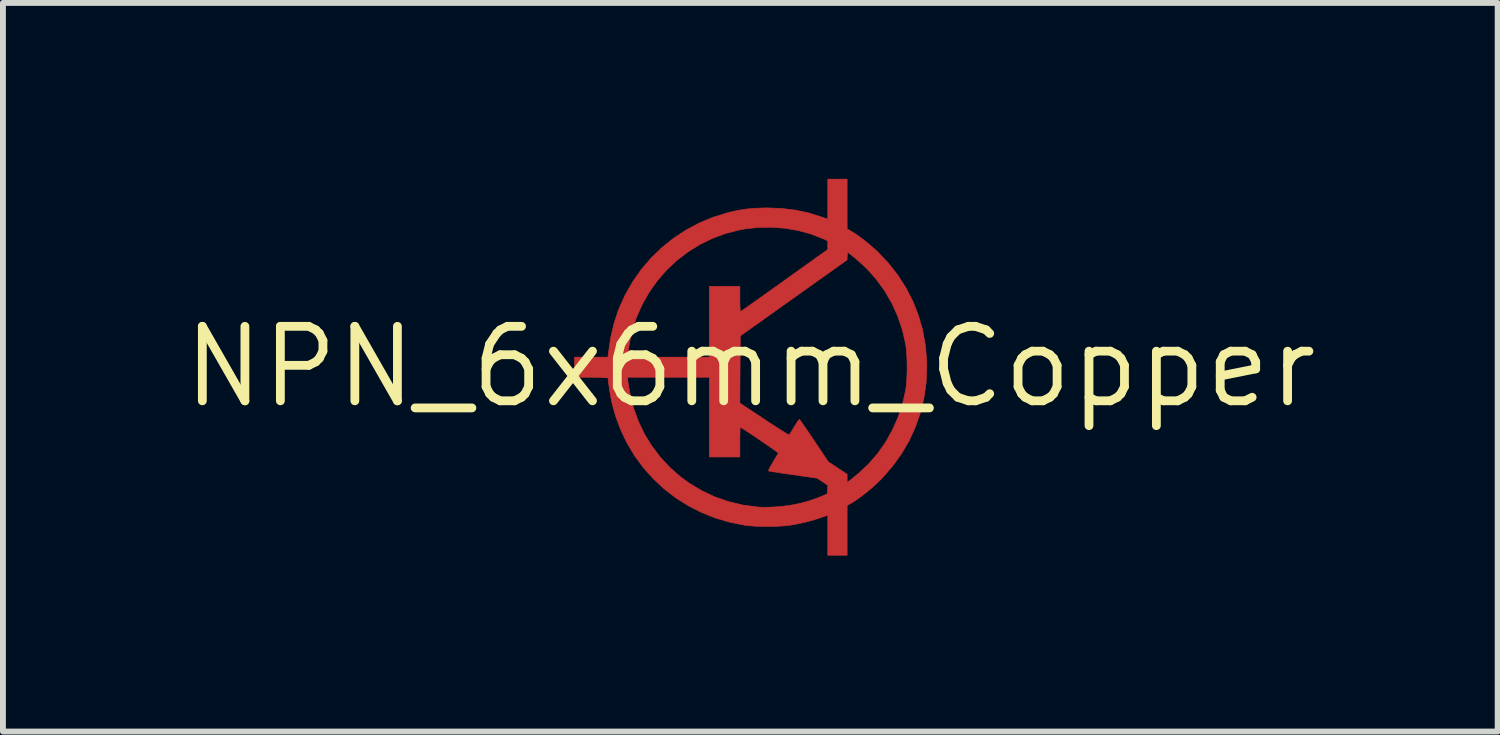
<source format=kicad_pcb>
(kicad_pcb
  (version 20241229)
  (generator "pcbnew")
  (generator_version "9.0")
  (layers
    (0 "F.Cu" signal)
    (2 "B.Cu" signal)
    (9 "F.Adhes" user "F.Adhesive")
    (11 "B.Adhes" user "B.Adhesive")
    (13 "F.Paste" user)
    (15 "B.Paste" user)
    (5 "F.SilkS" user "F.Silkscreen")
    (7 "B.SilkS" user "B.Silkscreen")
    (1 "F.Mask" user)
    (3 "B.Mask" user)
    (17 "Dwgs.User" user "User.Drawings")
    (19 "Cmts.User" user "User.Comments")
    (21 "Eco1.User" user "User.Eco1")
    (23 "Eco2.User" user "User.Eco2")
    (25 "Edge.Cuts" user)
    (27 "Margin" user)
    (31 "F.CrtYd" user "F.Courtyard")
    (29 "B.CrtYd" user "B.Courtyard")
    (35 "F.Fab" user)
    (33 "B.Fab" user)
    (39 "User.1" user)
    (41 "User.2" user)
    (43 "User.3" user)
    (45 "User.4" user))
  (footprint "NPN_6x6mm_Copper"
    (layer "F.Cu")
    (at 9.744 3.205)
    (property "Reference" "NPN_6x6mm_Copper" (at 0 0 0) (layer "F.SilkS") (effects (font (size 1.27 1.27) (thickness 0.15))))
    (attr through_hole)
    (fp_poly (pts (xy 1.651 -2.352) (xy 1.718 -2.314) (xy 1.784 -2.273) (xy 1.861 -2.219) (xy 1.946 -2.155) (xy 2.031 -2.086) (xy 2.111 -2.017) (xy 2.169 -1.964) (xy 2.353 -1.77) (xy 2.516 -1.563) (xy 2.655 -1.345) (xy 2.773 -1.116) (xy 2.867 -0.877) (xy 2.938 -0.629) (xy 2.985 -0.373) (xy 3.008 -0.11) (xy 3.01 0.006) (xy 2.998 0.272) (xy 2.961 0.531) (xy 2.9 0.783) (xy 2.816 1.026) (xy 2.709 1.259) (xy 2.579 1.482) (xy 2.426 1.694) (xy 2.252 1.894) (xy 2.169 1.976) (xy 2.097 2.043) (xy 2.016 2.112) (xy 1.93 2.18) (xy 1.847 2.242) (xy 1.77 2.295) (xy 1.718 2.327) (xy 1.651 2.365) (xy 1.651 3.213) (xy 1.321 3.213) (xy 1.321 2.529) (xy 1.216 2.567) (xy 1.094 2.607) (xy 0.958 2.644) (xy 0.816 2.676) (xy 0.686 2.7) (xy 0.582 2.712) (xy 0.462 2.719) (xy 0.331 2.723) (xy 0.199 2.722) (xy 0.071 2.717) (xy -0.043 2.707) (xy -0.093 2.701) (xy -0.35 2.65) (xy -0.598 2.577) (xy -0.836 2.482) (xy -1.061 2.367) (xy -1.274 2.232) (xy -1.473 2.078) (xy -1.656 1.907) (xy -1.823 1.72) (xy -1.972 1.517) (xy -2.102 1.3) (xy -2.212 1.07) (xy -2.301 0.828) (xy -2.355 0.634) (xy -2.366 0.581) (xy -2.379 0.516) (xy -2.391 0.444) (xy -2.403 0.37) (xy -2.413 0.302) (xy -2.421 0.243) (xy -2.425 0.202) (xy -2.426 0.19) (xy -2.438 0.186) (xy -2.473 0.183) (xy -2.529 0.18) (xy -2.603 0.179) (xy -2.693 0.178) (xy -2.711 0.178) (xy -2.094 0.178) (xy -2.087 0.244) (xy -2.082 0.283) (xy -2.073 0.34) (xy -2.061 0.405) (xy -2.049 0.47) (xy -1.99 0.704) (xy -1.908 0.931) (xy -1.804 1.147) (xy -1.678 1.352) (xy -1.533 1.543) (xy -1.369 1.719) (xy -1.187 1.878) (xy -1.043 1.983) (xy -0.829 2.112) (xy -0.606 2.217) (xy -0.374 2.298) (xy -0.132 2.356) (xy 0.119 2.39) (xy 0.146 2.392) (xy 0.216 2.395) (xy 0.303 2.394) (xy 0.4 2.39) (xy 0.5 2.383) (xy 0.595 2.373) (xy 0.678 2.362) (xy 0.686 2.361) (xy 0.839 2.33) (xy 0.993 2.289) (xy 1.136 2.24) (xy 1.206 2.212) (xy 1.314 2.165) (xy 1.322 2.02) (xy 1.14 1.899) (xy 0.728 1.84) (xy 0.629 1.826) (xy 0.538 1.813) (xy 0.458 1.8) (xy 0.392 1.79) (xy 0.344 1.782) (xy 0.316 1.776) (xy 0.31 1.774) (xy 0.313 1.761) (xy 0.327 1.731) (xy 0.351 1.687) (xy 0.381 1.635) (xy 0.388 1.623) (xy 0.42 1.569) (xy 0.448 1.523) (xy 0.468 1.489) (xy 0.478 1.472) (xy 0.479 1.47) (xy 0.47 1.462) (xy 0.442 1.442) (xy 0.4 1.411) (xy 0.346 1.373) (xy 0.283 1.33) (xy 0.215 1.283) (xy 0.143 1.234) (xy 0.072 1.186) (xy 0.005 1.141) (xy -0.056 1.101) (xy -0.107 1.068) (xy -0.145 1.043) (xy -0.167 1.03) (xy -0.171 1.029) (xy -0.173 1.041) (xy -0.175 1.074) (xy -0.176 1.126) (xy -0.177 1.191) (xy -0.178 1.267) (xy -0.178 1.283) (xy -0.178 1.537) (xy -0.699 1.537) (xy -0.699 0.619) (xy -0.178 0.619) (xy 0.237 0.893) (xy 0.329 0.954) (xy 0.414 1.009) (xy 0.49 1.058) (xy 0.555 1.099) (xy 0.607 1.131) (xy 0.642 1.153) (xy 0.66 1.162) (xy 0.661 1.162) (xy 0.671 1.149) (xy 0.69 1.119) (xy 0.717 1.076) (xy 0.748 1.024) (xy 0.749 1.023) (xy 0.78 0.972) (xy 0.807 0.931) (xy 0.828 0.905) (xy 0.839 0.896) (xy 0.839 0.896) (xy 0.848 0.908) (xy 0.87 0.938) (xy 0.902 0.985) (xy 0.944 1.045) (xy 0.992 1.116) (xy 1.047 1.196) (xy 1.09 1.261) (xy 1.331 1.62) (xy 1.491 1.726) (xy 1.651 1.832) (xy 1.651 1.972) (xy 1.699 1.936) (xy 1.729 1.913) (xy 1.772 1.878) (xy 1.82 1.838) (xy 1.852 1.812) (xy 2.02 1.654) (xy 2.172 1.478) (xy 2.307 1.286) (xy 2.423 1.078) (xy 2.52 0.859) (xy 2.597 0.629) (xy 2.649 0.4) (xy 2.661 0.319) (xy 2.668 0.219) (xy 2.673 0.107) (xy 2.674 -0.011) (xy 2.672 -0.128) (xy 2.666 -0.237) (xy 2.658 -0.332) (xy 2.649 -0.387) (xy 2.593 -0.631) (xy 2.513 -0.865) (xy 2.412 -1.088) (xy 2.29 -1.298) (xy 2.147 -1.494) (xy 1.986 -1.675) (xy 1.806 -1.839) (xy 1.765 -1.872) (xy 1.657 -1.957) (xy 1.653 -1.889) (xy 1.649 -1.822) (xy -0.171 -0.527) (xy -0.175 0.046) (xy -0.178 0.619) (xy -0.699 0.619) (xy -0.699 0.178) (xy -2.094 0.178) (xy -2.711 0.178) (xy -2.997 0.178) (xy -2.997 -0.165) (xy -2.428 -0.165) (xy -2.096 -0.165) (xy -0.699 -0.165) (xy -0.699 -1.372) (xy -0.178 -1.372) (xy -0.178 -1.155) (xy -0.177 -1.076) (xy -0.175 -1.013) (xy -0.172 -0.968) (xy -0.168 -0.945) (xy -0.166 -0.942) (xy -0.154 -0.95) (xy -0.123 -0.971) (xy -0.074 -1.005) (xy -0.01 -1.05) (xy 0.068 -1.106) (xy 0.158 -1.17) (xy 0.259 -1.242) (xy 0.368 -1.32) (xy 0.486 -1.403) (xy 0.583 -1.473) (xy 1.32 -2) (xy 1.321 -2.074) (xy 1.321 -2.148) (xy 1.236 -2.186) (xy 1.034 -2.265) (xy 0.818 -2.324) (xy 0.595 -2.362) (xy 0.366 -2.38) (xy 0.137 -2.377) (xy -0.089 -2.352) (xy -0.184 -2.335) (xy -0.421 -2.274) (xy -0.647 -2.19) (xy -0.863 -2.084) (xy -1.066 -1.958) (xy -1.255 -1.813) (xy -1.428 -1.649) (xy -1.585 -1.469) (xy -1.724 -1.273) (xy -1.843 -1.063) (xy -1.942 -0.84) (xy -1.947 -0.826) (xy -1.987 -0.707) (xy -2.021 -0.587) (xy -2.05 -0.458) (xy -2.075 -0.314) (xy -2.089 -0.219) (xy -2.096 -0.165) (xy -2.428 -0.165) (xy -2.419 -0.238) (xy -2.381 -0.494) (xy -2.325 -0.734) (xy -2.252 -0.958) (xy -2.241 -0.987) (xy -2.134 -1.224) (xy -2.007 -1.448) (xy -1.86 -1.658) (xy -1.694 -1.852) (xy -1.511 -2.03) (xy -1.312 -2.19) (xy -1.099 -2.33) (xy -0.873 -2.451) (xy -0.634 -2.551) (xy -0.385 -2.628) (xy -0.362 -2.634) (xy -0.215 -2.667) (xy -0.073 -2.69) (xy 0.073 -2.703) (xy 0.232 -2.709) (xy 0.292 -2.71) (xy 0.54 -2.7) (xy 0.775 -2.671) (xy 1.002 -2.622) (xy 1.203 -2.559) (xy 1.321 -2.517) (xy 1.321 -3.2) (xy 1.651 -3.2) (xy 1.651 -2.352)) (stroke (width 0.01) (type solid)) (fill yes) (layer "F.Cu"))
    (fp_poly (pts (xy 1.651 -2.352) (xy 1.718 -2.314) (xy 1.784 -2.273) (xy 1.861 -2.219) (xy 1.946 -2.155) (xy 2.031 -2.086) (xy 2.111 -2.017) (xy 2.169 -1.964) (xy 2.353 -1.77) (xy 2.516 -1.563) (xy 2.655 -1.345) (xy 2.773 -1.116) (xy 2.867 -0.877) (xy 2.938 -0.629) (xy 2.985 -0.373) (xy 3.008 -0.11) (xy 3.01 0.006) (xy 2.998 0.272) (xy 2.961 0.531) (xy 2.9 0.783) (xy 2.816 1.026) (xy 2.709 1.259) (xy 2.579 1.482) (xy 2.426 1.694) (xy 2.252 1.894) (xy 2.169 1.976) (xy 2.097 2.043) (xy 2.016 2.112) (xy 1.93 2.18) (xy 1.847 2.242) (xy 1.77 2.295) (xy 1.718 2.327) (xy 1.651 2.365) (xy 1.651 3.213) (xy 1.321 3.213) (xy 1.321 2.529) (xy 1.216 2.567) (xy 1.094 2.607) (xy 0.958 2.644) (xy 0.816 2.676) (xy 0.686 2.7) (xy 0.582 2.712) (xy 0.462 2.719) (xy 0.331 2.723) (xy 0.199 2.722) (xy 0.071 2.717) (xy -0.043 2.707) (xy -0.093 2.701) (xy -0.35 2.65) (xy -0.598 2.577) (xy -0.836 2.482) (xy -1.061 2.367) (xy -1.274 2.232) (xy -1.473 2.078) (xy -1.656 1.907) (xy -1.823 1.72) (xy -1.972 1.517) (xy -2.102 1.3) (xy -2.212 1.07) (xy -2.301 0.828) (xy -2.355 0.634) (xy -2.366 0.581) (xy -2.379 0.516) (xy -2.391 0.444) (xy -2.403 0.37) (xy -2.413 0.302) (xy -2.421 0.243) (xy -2.425 0.202) (xy -2.426 0.19) (xy -2.438 0.186) (xy -2.473 0.183) (xy -2.529 0.18) (xy -2.603 0.179) (xy -2.693 0.178) (xy -2.711 0.178) (xy -2.094 0.178) (xy -2.087 0.244) (xy -2.082 0.283) (xy -2.073 0.34) (xy -2.061 0.405) (xy -2.049 0.47) (xy -1.99 0.704) (xy -1.908 0.931) (xy -1.804 1.147) (xy -1.678 1.352) (xy -1.533 1.543) (xy -1.369 1.719) (xy -1.187 1.878) (xy -1.043 1.983) (xy -0.829 2.112) (xy -0.606 2.217) (xy -0.374 2.298) (xy -0.132 2.356) (xy 0.119 2.39) (xy 0.146 2.392) (xy 0.216 2.395) (xy 0.303 2.394) (xy 0.4 2.39) (xy 0.5 2.383) (xy 0.595 2.373) (xy 0.678 2.362) (xy 0.686 2.361) (xy 0.839 2.33) (xy 0.993 2.289) (xy 1.136 2.24) (xy 1.206 2.212) (xy 1.314 2.165) (xy 1.322 2.02) (xy 1.14 1.899) (xy 0.728 1.84) (xy 0.629 1.826) (xy 0.538 1.813) (xy 0.458 1.8) (xy 0.392 1.79) (xy 0.344 1.782) (xy 0.316 1.776) (xy 0.31 1.774) (xy 0.313 1.761) (xy 0.327 1.731) (xy 0.351 1.687) (xy 0.381 1.635) (xy 0.388 1.623) (xy 0.42 1.569) (xy 0.448 1.523) (xy 0.468 1.489) (xy 0.478 1.472) (xy 0.479 1.47) (xy 0.47 1.462) (xy 0.442 1.442) (xy 0.4 1.411) (xy 0.346 1.373) (xy 0.283 1.33) (xy 0.215 1.283) (xy 0.143 1.234) (xy 0.072 1.186) (xy 0.005 1.141) (xy -0.056 1.101) (xy -0.107 1.068) (xy -0.145 1.043) (xy -0.167 1.03) (xy -0.171 1.029) (xy -0.173 1.041) (xy -0.175 1.074) (xy -0.176 1.126) (xy -0.177 1.191) (xy -0.178 1.267) (xy -0.178 1.283) (xy -0.178 1.537) (xy -0.699 1.537) (xy -0.699 0.619) (xy -0.178 0.619) (xy 0.237 0.893) (xy 0.329 0.954) (xy 0.414 1.009) (xy 0.49 1.058) (xy 0.555 1.099) (xy 0.607 1.131) (xy 0.642 1.153) (xy 0.66 1.162) (xy 0.661 1.162) (xy 0.671 1.149) (xy 0.69 1.119) (xy 0.717 1.076) (xy 0.748 1.024) (xy 0.749 1.023) (xy 0.78 0.972) (xy 0.807 0.931) (xy 0.828 0.905) (xy 0.839 0.896) (xy 0.839 0.896) (xy 0.848 0.908) (xy 0.87 0.938) (xy 0.902 0.985) (xy 0.944 1.045) (xy 0.992 1.116) (xy 1.047 1.196) (xy 1.09 1.261) (xy 1.331 1.62) (xy 1.491 1.726) (xy 1.651 1.832) (xy 1.651 1.972) (xy 1.699 1.936) (xy 1.729 1.913) (xy 1.772 1.878) (xy 1.82 1.838) (xy 1.852 1.812) (xy 2.02 1.654) (xy 2.172 1.478) (xy 2.307 1.286) (xy 2.423 1.078) (xy 2.52 0.859) (xy 2.597 0.629) (xy 2.649 0.4) (xy 2.661 0.319) (xy 2.668 0.219) (xy 2.673 0.107) (xy 2.674 -0.011) (xy 2.672 -0.128) (xy 2.666 -0.237) (xy 2.658 -0.332) (xy 2.649 -0.387) (xy 2.593 -0.631) (xy 2.513 -0.865) (xy 2.412 -1.088) (xy 2.29 -1.298) (xy 2.147 -1.494) (xy 1.986 -1.675) (xy 1.806 -1.839) (xy 1.765 -1.872) (xy 1.657 -1.957) (xy 1.653 -1.889) (xy 1.649 -1.822) (xy -0.171 -0.527) (xy -0.175 0.046) (xy -0.178 0.619) (xy -0.699 0.619) (xy -0.699 0.178) (xy -2.094 0.178) (xy -2.711 0.178) (xy -2.997 0.178) (xy -2.997 -0.165) (xy -2.428 -0.165) (xy -2.096 -0.165) (xy -0.699 -0.165) (xy -0.699 -1.372) (xy -0.178 -1.372) (xy -0.178 -1.155) (xy -0.177 -1.076) (xy -0.175 -1.013) (xy -0.172 -0.968) (xy -0.168 -0.945) (xy -0.166 -0.942) (xy -0.154 -0.95) (xy -0.123 -0.971) (xy -0.074 -1.005) (xy -0.01 -1.05) (xy 0.068 -1.106) (xy 0.158 -1.17) (xy 0.259 -1.242) (xy 0.368 -1.32) (xy 0.486 -1.403) (xy 0.583 -1.473) (xy 1.32 -2) (xy 1.321 -2.074) (xy 1.321 -2.148) (xy 1.236 -2.186) (xy 1.034 -2.265) (xy 0.818 -2.324) (xy 0.595 -2.362) (xy 0.366 -2.38) (xy 0.137 -2.377) (xy -0.089 -2.352) (xy -0.184 -2.335) (xy -0.421 -2.274) (xy -0.647 -2.19) (xy -0.863 -2.084) (xy -1.066 -1.958) (xy -1.255 -1.813) (xy -1.428 -1.649) (xy -1.585 -1.469) (xy -1.724 -1.273) (xy -1.843 -1.063) (xy -1.942 -0.84) (xy -1.947 -0.826) (xy -1.987 -0.707) (xy -2.021 -0.587) (xy -2.05 -0.458) (xy -2.075 -0.314) (xy -2.089 -0.219) (xy -2.096 -0.165) (xy -2.428 -0.165) (xy -2.419 -0.238) (xy -2.381 -0.494) (xy -2.325 -0.734) (xy -2.252 -0.958) (xy -2.241 -0.987) (xy -2.134 -1.224) (xy -2.007 -1.448) (xy -1.86 -1.658) (xy -1.694 -1.852) (xy -1.511 -2.03) (xy -1.312 -2.19) (xy -1.099 -2.33) (xy -0.873 -2.451) (xy -0.634 -2.551) (xy -0.385 -2.628) (xy -0.362 -2.634) (xy -0.215 -2.667) (xy -0.073 -2.69) (xy 0.073 -2.703) (xy 0.232 -2.709) (xy 0.292 -2.71) (xy 0.54 -2.7) (xy 0.775 -2.671) (xy 1.002 -2.622) (xy 1.203 -2.559) (xy 1.321 -2.517) (xy 1.321 -3.2) (xy 1.651 -3.2) (xy 1.651 -2.352)) (stroke (width 0.01) (type solid)) (fill yes) (layer "F.Mask")))
  (gr_rect
    (start -3 -3)
    (end 22.488 9.424)
    (stroke (width 0.1) (type default))
    (fill no)
    (layer "Edge.Cuts")))
</source>
